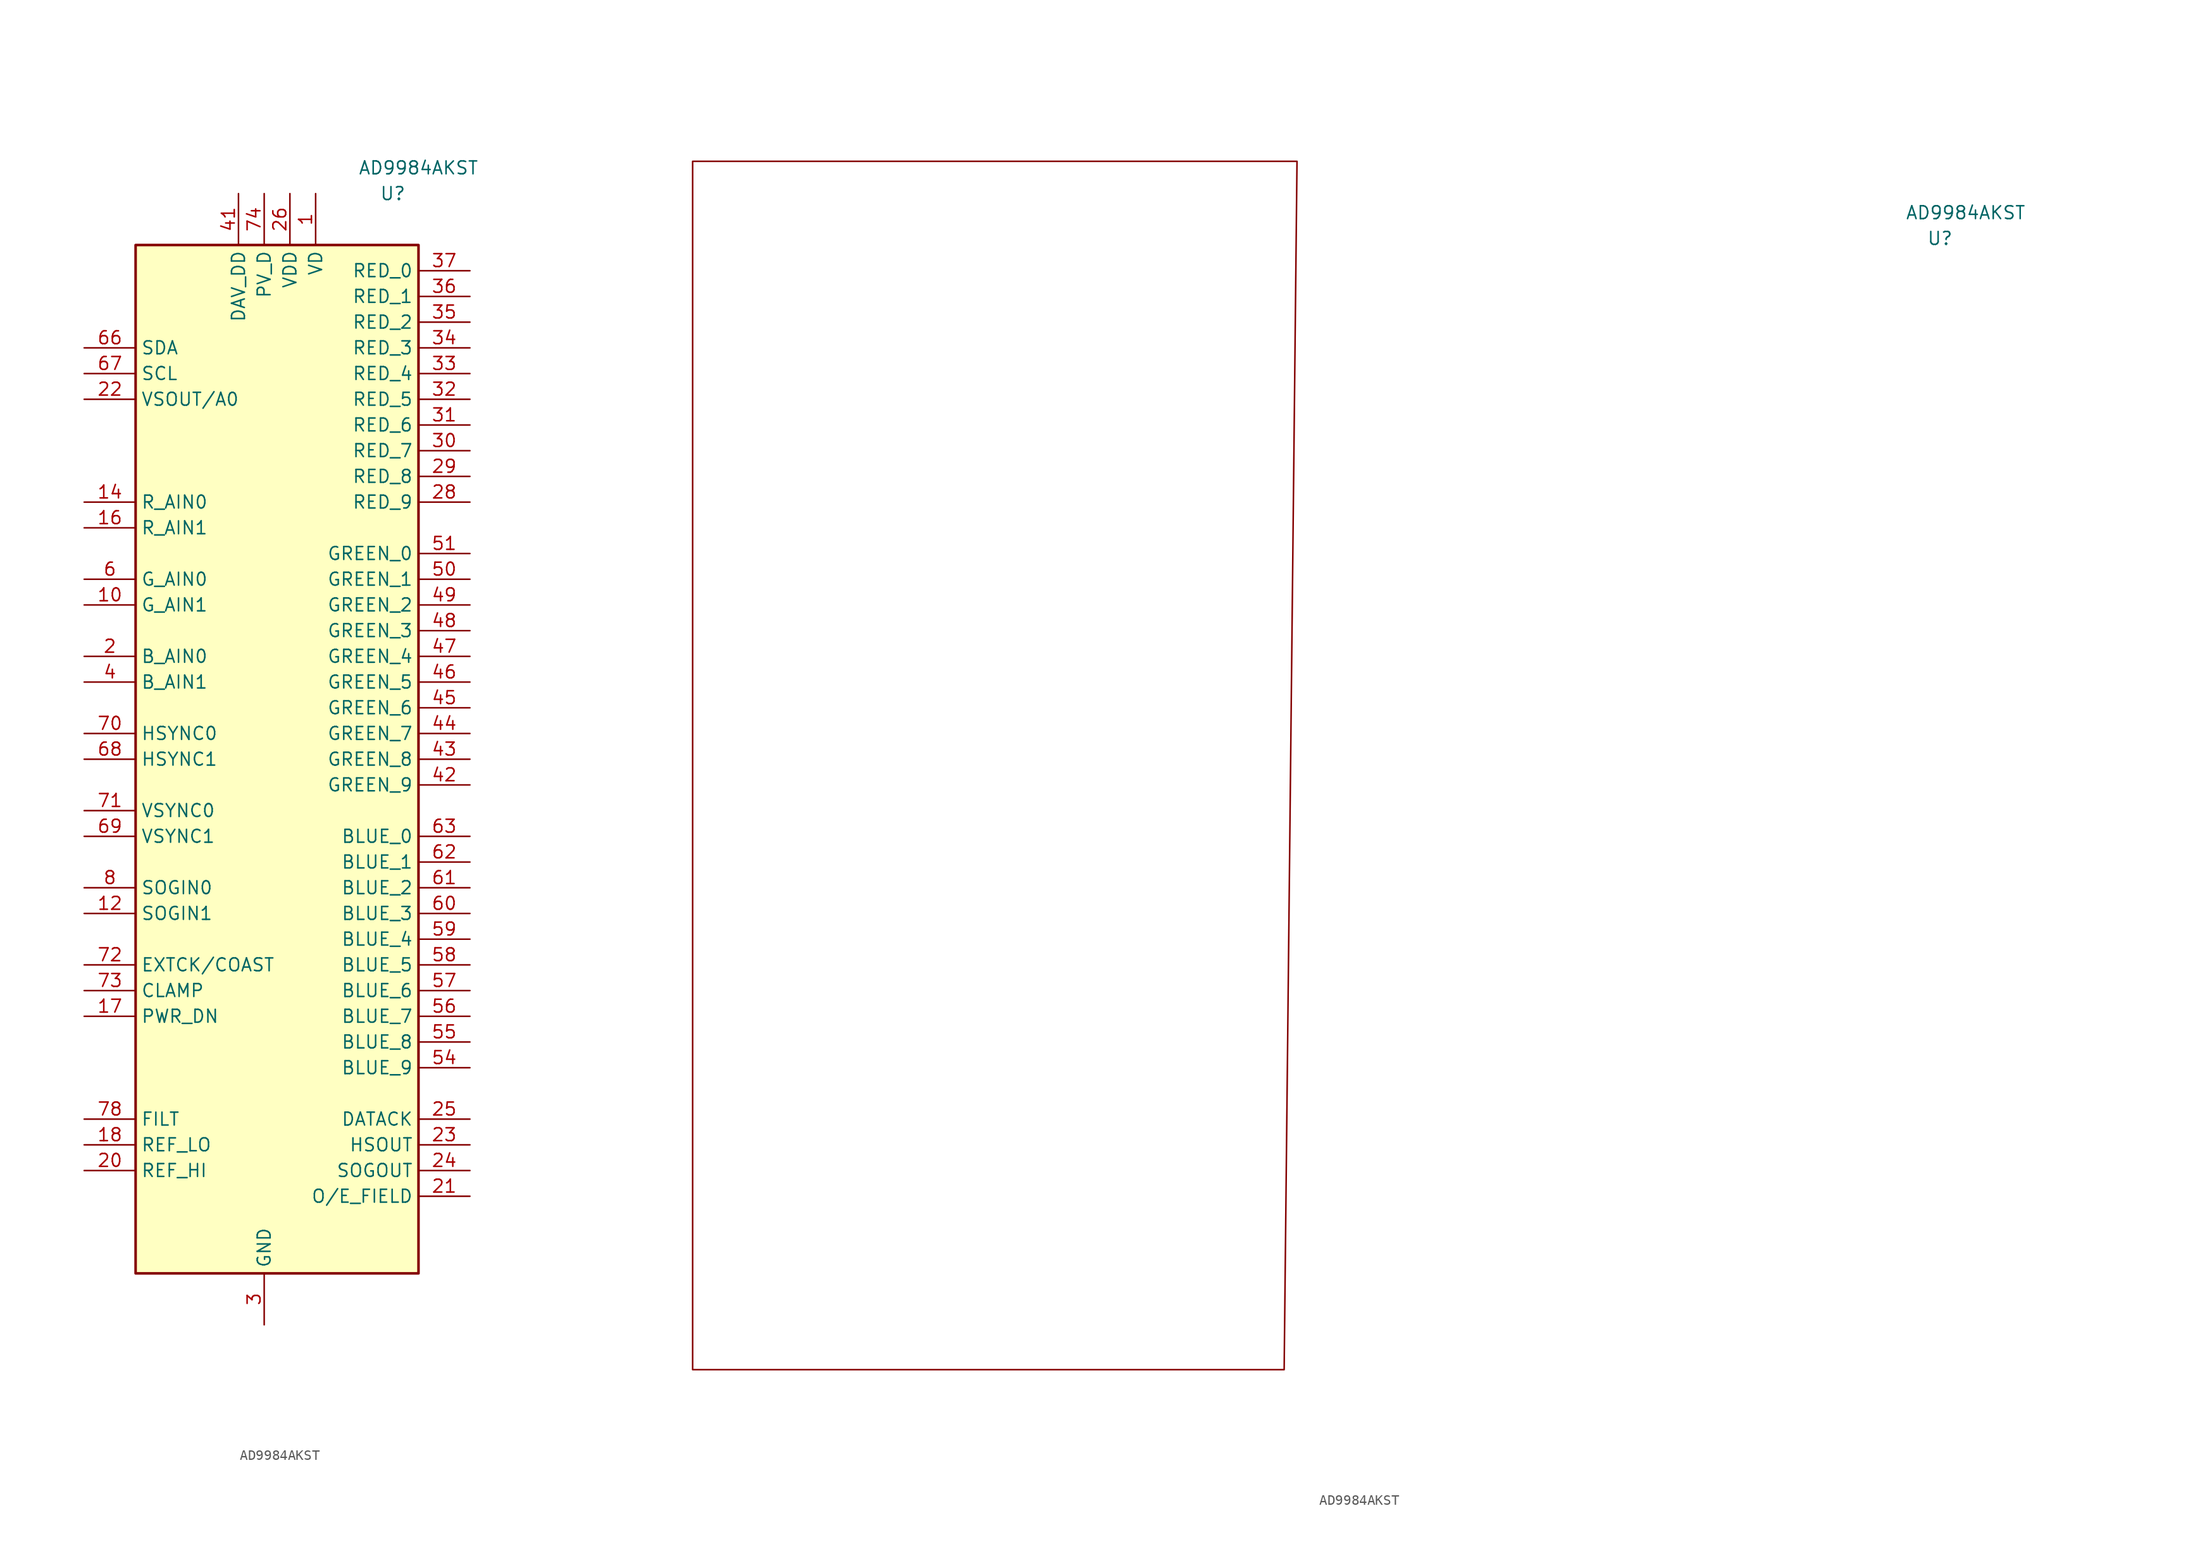
<source format=kicad_sym>
(kicad_symbol_lib
  (version 20210619)
  (generator kicad_symbol_editor)
  (symbol "Video:AD9984AKST"
    (property "Reference" "U"
      (at 10.16 55.88 0)
      (effects (font (size 1.27 1.27))))
    (property "Value" "AD9984AKST"
      (at 12.7 58.42 0)
      (effects (font (size 1.27 1.27))))
    (symbol "AD9984AKST_0_1"
      (rectangle (start 12.7 50.8) (end -15.24 -50.8) (stroke (width 0.254)) (fill (type background))))
    (symbol "AD9984AKST_0_2"
      (polyline (pts (xy -113.03 -55.88) (xy -54.61 -55.88) (xy -53.34 63.5) (xy -113.03 63.5) (xy -113.03 -55.88)) (stroke (width 0)) (fill (type none))))
    (symbol "AD9984AKST_1_1"
      (pin power_in line (at 2.54 55.88 270) (length 5.08) (name "VD" (effects (font (size 1.27 1.27)))) (number "1" (effects (font (size 1.27 1.27)))))
      (pin input line (at -20.32 15.24 0) (length 5.08) (name "G_AIN1" (effects (font (size 1.27 1.27)))) (number "10" (effects (font (size 1.27 1.27)))))
      (pin passive line (at -2.54 -55.88 90) (length 5.08) hide (name "GND" (effects (font (size 1.27 1.27)))) (number "11" (effects (font (size 1.27 1.27)))))
      (pin input line (at -20.32 -15.24 0) (length 5.08) (name "SOGIN1" (effects (font (size 1.27 1.27)))) (number "12" (effects (font (size 1.27 1.27)))))
      (pin passive line (at 2.54 55.88 270) (length 5.08) hide (name "VD" (effects (font (size 1.27 1.27)))) (number "13" (effects (font (size 1.27 1.27)))))
      (pin input line (at -20.32 25.4 0) (length 5.08) (name "R_AIN0" (effects (font (size 1.27 1.27)))) (number "14" (effects (font (size 1.27 1.27)))))
      (pin passive line (at -2.54 -55.88 90) (length 5.08) hide (name "GND" (effects (font (size 1.27 1.27)))) (number "15" (effects (font (size 1.27 1.27)))))
      (pin input line (at -20.32 22.86 0) (length 5.08) (name "R_AIN1" (effects (font (size 1.27 1.27)))) (number "16" (effects (font (size 1.27 1.27)))))
      (pin input line (at -20.32 -25.4 0) (length 5.08) (name "PWR_DN" (effects (font (size 1.27 1.27)))) (number "17" (effects (font (size 1.27 1.27)))))
      (pin input line (at -20.32 -38.1 0) (length 5.08) (name "REF_LO" (effects (font (size 1.27 1.27)))) (number "18" (effects (font (size 1.27 1.27)))))
      (pin no_connect line (at 12.7 -48.26 180) (length 5.08) hide (name "NC" (effects (font (size 1.27 1.27)))) (number "19" (effects (font (size 1.27 1.27)))))
      (pin input line (at -20.32 10.16 0) (length 5.08) (name "B_AIN0" (effects (font (size 1.27 1.27)))) (number "2" (effects (font (size 1.27 1.27)))))
      (pin input line (at -20.32 -40.64 0) (length 5.08) (name "REF_HI" (effects (font (size 1.27 1.27)))) (number "20" (effects (font (size 1.27 1.27)))))
      (pin output line (at 17.78 -43.18 180) (length 5.08) (name "O/E_FIELD" (effects (font (size 1.27 1.27)))) (number "21" (effects (font (size 1.27 1.27)))))
      (pin bidirectional line (at -20.32 35.56 0) (length 5.08) (name "VSOUT/A0" (effects (font (size 1.27 1.27)))) (number "22" (effects (font (size 1.27 1.27)))))
      (pin output line (at 17.78 -38.1 180) (length 5.08) (name "HSOUT" (effects (font (size 1.27 1.27)))) (number "23" (effects (font (size 1.27 1.27)))))
      (pin output line (at 17.78 -40.64 180) (length 5.08) (name "SOGOUT" (effects (font (size 1.27 1.27)))) (number "24" (effects (font (size 1.27 1.27)))))
      (pin output line (at 17.78 -35.56 180) (length 5.08) (name "DATACK" (effects (font (size 1.27 1.27)))) (number "25" (effects (font (size 1.27 1.27)))))
      (pin power_in line (at 0 55.88 270) (length 5.08) (name "VDD" (effects (font (size 1.27 1.27)))) (number "26" (effects (font (size 1.27 1.27)))))
      (pin passive line (at -2.54 -55.88 90) (length 5.08) hide (name "GND" (effects (font (size 1.27 1.27)))) (number "27" (effects (font (size 1.27 1.27)))))
      (pin output line (at 17.78 25.4 180) (length 5.08) (name "RED_9" (effects (font (size 1.27 1.27)))) (number "28" (effects (font (size 1.27 1.27)))))
      (pin output line (at 17.78 27.94 180) (length 5.08) (name "RED_8" (effects (font (size 1.27 1.27)))) (number "29" (effects (font (size 1.27 1.27)))))
      (pin power_in line (at -2.54 -55.88 90) (length 5.08) (name "GND" (effects (font (size 1.27 1.27)))) (number "3" (effects (font (size 1.27 1.27)))))
      (pin output line (at 17.78 30.48 180) (length 5.08) (name "RED_7" (effects (font (size 1.27 1.27)))) (number "30" (effects (font (size 1.27 1.27)))))
      (pin output line (at 17.78 33.02 180) (length 5.08) (name "RED_6" (effects (font (size 1.27 1.27)))) (number "31" (effects (font (size 1.27 1.27)))))
      (pin output line (at 17.78 35.56 180) (length 5.08) (name "RED_5" (effects (font (size 1.27 1.27)))) (number "32" (effects (font (size 1.27 1.27)))))
      (pin output line (at 17.78 38.1 180) (length 5.08) (name "RED_4" (effects (font (size 1.27 1.27)))) (number "33" (effects (font (size 1.27 1.27)))))
      (pin output line (at 17.78 40.64 180) (length 5.08) (name "RED_3" (effects (font (size 1.27 1.27)))) (number "34" (effects (font (size 1.27 1.27)))))
      (pin output line (at 17.78 43.18 180) (length 5.08) (name "RED_2" (effects (font (size 1.27 1.27)))) (number "35" (effects (font (size 1.27 1.27)))))
      (pin output line (at 17.78 45.72 180) (length 5.08) (name "RED_1" (effects (font (size 1.27 1.27)))) (number "36" (effects (font (size 1.27 1.27)))))
      (pin output line (at 17.78 48.26 180) (length 5.08) (name "RED_0" (effects (font (size 1.27 1.27)))) (number "37" (effects (font (size 1.27 1.27)))))
      (pin passive line (at 0 55.88 270) (length 5.08) hide (name "VDD" (effects (font (size 1.27 1.27)))) (number "38" (effects (font (size 1.27 1.27)))))
      (pin passive line (at -2.54 -55.88 90) (length 5.08) hide (name "GND" (effects (font (size 1.27 1.27)))) (number "39" (effects (font (size 1.27 1.27)))))
      (pin input line (at -20.32 7.62 0) (length 5.08) (name "B_AIN1" (effects (font (size 1.27 1.27)))) (number "4" (effects (font (size 1.27 1.27)))))
      (pin passive line (at -2.54 -55.88 90) (length 5.08) hide (name "GND" (effects (font (size 1.27 1.27)))) (number "40" (effects (font (size 1.27 1.27)))))
      (pin power_in line (at -5.08 55.88 270) (length 5.08) (name "DAV_DD" (effects (font (size 1.27 1.27)))) (number "41" (effects (font (size 1.27 1.27)))))
      (pin output line (at 17.78 -2.54 180) (length 5.08) (name "GREEN_9" (effects (font (size 1.27 1.27)))) (number "42" (effects (font (size 1.27 1.27)))))
      (pin output line (at 17.78 0 180) (length 5.08) (name "GREEN_8" (effects (font (size 1.27 1.27)))) (number "43" (effects (font (size 1.27 1.27)))))
      (pin output line (at 17.78 2.54 180) (length 5.08) (name "GREEN_7" (effects (font (size 1.27 1.27)))) (number "44" (effects (font (size 1.27 1.27)))))
      (pin output line (at 17.78 5.08 180) (length 5.08) (name "GREEN_6" (effects (font (size 1.27 1.27)))) (number "45" (effects (font (size 1.27 1.27)))))
      (pin output line (at 17.78 7.62 180) (length 5.08) (name "GREEN_5" (effects (font (size 1.27 1.27)))) (number "46" (effects (font (size 1.27 1.27)))))
      (pin output line (at 17.78 10.16 180) (length 5.08) (name "GREEN_4" (effects (font (size 1.27 1.27)))) (number "47" (effects (font (size 1.27 1.27)))))
      (pin output line (at 17.78 12.7 180) (length 5.08) (name "GREEN_3" (effects (font (size 1.27 1.27)))) (number "48" (effects (font (size 1.27 1.27)))))
      (pin output line (at 17.78 15.24 180) (length 5.08) (name "GREEN_2" (effects (font (size 1.27 1.27)))) (number "49" (effects (font (size 1.27 1.27)))))
      (pin passive line (at 2.54 55.88 270) (length 5.08) hide (name "VD" (effects (font (size 1.27 1.27)))) (number "5" (effects (font (size 1.27 1.27)))))
      (pin output line (at 17.78 17.78 180) (length 5.08) (name "GREEN_1" (effects (font (size 1.27 1.27)))) (number "50" (effects (font (size 1.27 1.27)))))
      (pin output line (at 17.78 20.32 180) (length 5.08) (name "GREEN_0" (effects (font (size 1.27 1.27)))) (number "51" (effects (font (size 1.27 1.27)))))
      (pin passive line (at 0 55.88 270) (length 5.08) hide (name "VDD" (effects (font (size 1.27 1.27)))) (number "52" (effects (font (size 1.27 1.27)))))
      (pin passive line (at -2.54 -55.88 90) (length 5.08) hide (name "GND" (effects (font (size 1.27 1.27)))) (number "53" (effects (font (size 1.27 1.27)))))
      (pin output line (at 17.78 -30.48 180) (length 5.08) (name "BLUE_9" (effects (font (size 1.27 1.27)))) (number "54" (effects (font (size 1.27 1.27)))))
      (pin output line (at 17.78 -27.94 180) (length 5.08) (name "BLUE_8" (effects (font (size 1.27 1.27)))) (number "55" (effects (font (size 1.27 1.27)))))
      (pin output line (at 17.78 -25.4 180) (length 5.08) (name "BLUE_7" (effects (font (size 1.27 1.27)))) (number "56" (effects (font (size 1.27 1.27)))))
      (pin output line (at 17.78 -22.86 180) (length 5.08) (name "BLUE_6" (effects (font (size 1.27 1.27)))) (number "57" (effects (font (size 1.27 1.27)))))
      (pin output line (at 17.78 -20.32 180) (length 5.08) (name "BLUE_5" (effects (font (size 1.27 1.27)))) (number "58" (effects (font (size 1.27 1.27)))))
      (pin output line (at 17.78 -17.78 180) (length 5.08) (name "BLUE_4" (effects (font (size 1.27 1.27)))) (number "59" (effects (font (size 1.27 1.27)))))
      (pin input line (at -20.32 17.78 0) (length 5.08) (name "G_AIN0" (effects (font (size 1.27 1.27)))) (number "6" (effects (font (size 1.27 1.27)))))
      (pin output line (at 17.78 -15.24 180) (length 5.08) (name "BLUE_3" (effects (font (size 1.27 1.27)))) (number "60" (effects (font (size 1.27 1.27)))))
      (pin output line (at 17.78 -12.7 180) (length 5.08) (name "BLUE_2" (effects (font (size 1.27 1.27)))) (number "61" (effects (font (size 1.27 1.27)))))
      (pin output line (at 17.78 -10.16 180) (length 5.08) (name "BLUE_1" (effects (font (size 1.27 1.27)))) (number "62" (effects (font (size 1.27 1.27)))))
      (pin output line (at 17.78 -7.62 180) (length 5.08) (name "BLUE_0" (effects (font (size 1.27 1.27)))) (number "63" (effects (font (size 1.27 1.27)))))
      (pin passive line (at 0 55.88 270) (length 5.08) hide (name "VDD" (effects (font (size 1.27 1.27)))) (number "64" (effects (font (size 1.27 1.27)))))
      (pin passive line (at -2.54 -55.88 90) (length 5.08) hide (name "GND" (effects (font (size 1.27 1.27)))) (number "65" (effects (font (size 1.27 1.27)))))
      (pin bidirectional line (at -20.32 40.64 0) (length 5.08) (name "SDA" (effects (font (size 1.27 1.27)))) (number "66" (effects (font (size 1.27 1.27)))))
      (pin input line (at -20.32 38.1 0) (length 5.08) (name "SCL" (effects (font (size 1.27 1.27)))) (number "67" (effects (font (size 1.27 1.27)))))
      (pin input line (at -20.32 0 0) (length 5.08) (name "HSYNC1" (effects (font (size 1.27 1.27)))) (number "68" (effects (font (size 1.27 1.27)))))
      (pin input line (at -20.32 -7.62 0) (length 5.08) (name "VSYNC1" (effects (font (size 1.27 1.27)))) (number "69" (effects (font (size 1.27 1.27)))))
      (pin passive line (at -2.54 -55.88 90) (length 5.08) hide (name "GND" (effects (font (size 1.27 1.27)))) (number "7" (effects (font (size 1.27 1.27)))))
      (pin input line (at -20.32 2.54 0) (length 5.08) (name "HSYNC0" (effects (font (size 1.27 1.27)))) (number "70" (effects (font (size 1.27 1.27)))))
      (pin input line (at -20.32 -5.08 0) (length 5.08) (name "VSYNC0" (effects (font (size 1.27 1.27)))) (number "71" (effects (font (size 1.27 1.27)))))
      (pin input line (at -20.32 -20.32 0) (length 5.08) (name "EXTCK/COAST" (effects (font (size 1.27 1.27)))) (number "72" (effects (font (size 1.27 1.27)))))
      (pin input line (at -20.32 -22.86 0) (length 5.08) (name "CLAMP" (effects (font (size 1.27 1.27)))) (number "73" (effects (font (size 1.27 1.27)))))
      (pin power_in line (at -2.54 55.88 270) (length 5.08) (name "PV_D" (effects (font (size 1.27 1.27)))) (number "74" (effects (font (size 1.27 1.27)))))
      (pin passive line (at -2.54 -55.88 90) (length 5.08) hide (name "GND" (effects (font (size 1.27 1.27)))) (number "75" (effects (font (size 1.27 1.27)))))
      (pin passive line (at -2.54 55.88 270) (length 5.08) hide (name "PV_D" (effects (font (size 1.27 1.27)))) (number "76" (effects (font (size 1.27 1.27)))))
      (pin passive line (at -2.54 -55.88 90) (length 5.08) hide (name "GND" (effects (font (size 1.27 1.27)))) (number "77" (effects (font (size 1.27 1.27)))))
      (pin input line (at -20.32 -35.56 0) (length 5.08) (name "FILT" (effects (font (size 1.27 1.27)))) (number "78" (effects (font (size 1.27 1.27)))))
      (pin passive line (at -2.54 55.88 270) (length 5.08) hide (name "PV_D" (effects (font (size 1.27 1.27)))) (number "79" (effects (font (size 1.27 1.27)))))
      (pin input line (at -20.32 -12.7 0) (length 5.08) (name "SOGIN0" (effects (font (size 1.27 1.27)))) (number "8" (effects (font (size 1.27 1.27)))))
      (pin passive line (at -2.54 -55.88 90) (length 5.08) hide (name "GND" (effects (font (size 1.27 1.27)))) (number "80" (effects (font (size 1.27 1.27)))))
      (pin passive line (at 2.54 55.88 270) (length 5.08) hide (name "VD" (effects (font (size 1.27 1.27)))) (number "9" (effects (font (size 1.27 1.27))))))))
</source>
